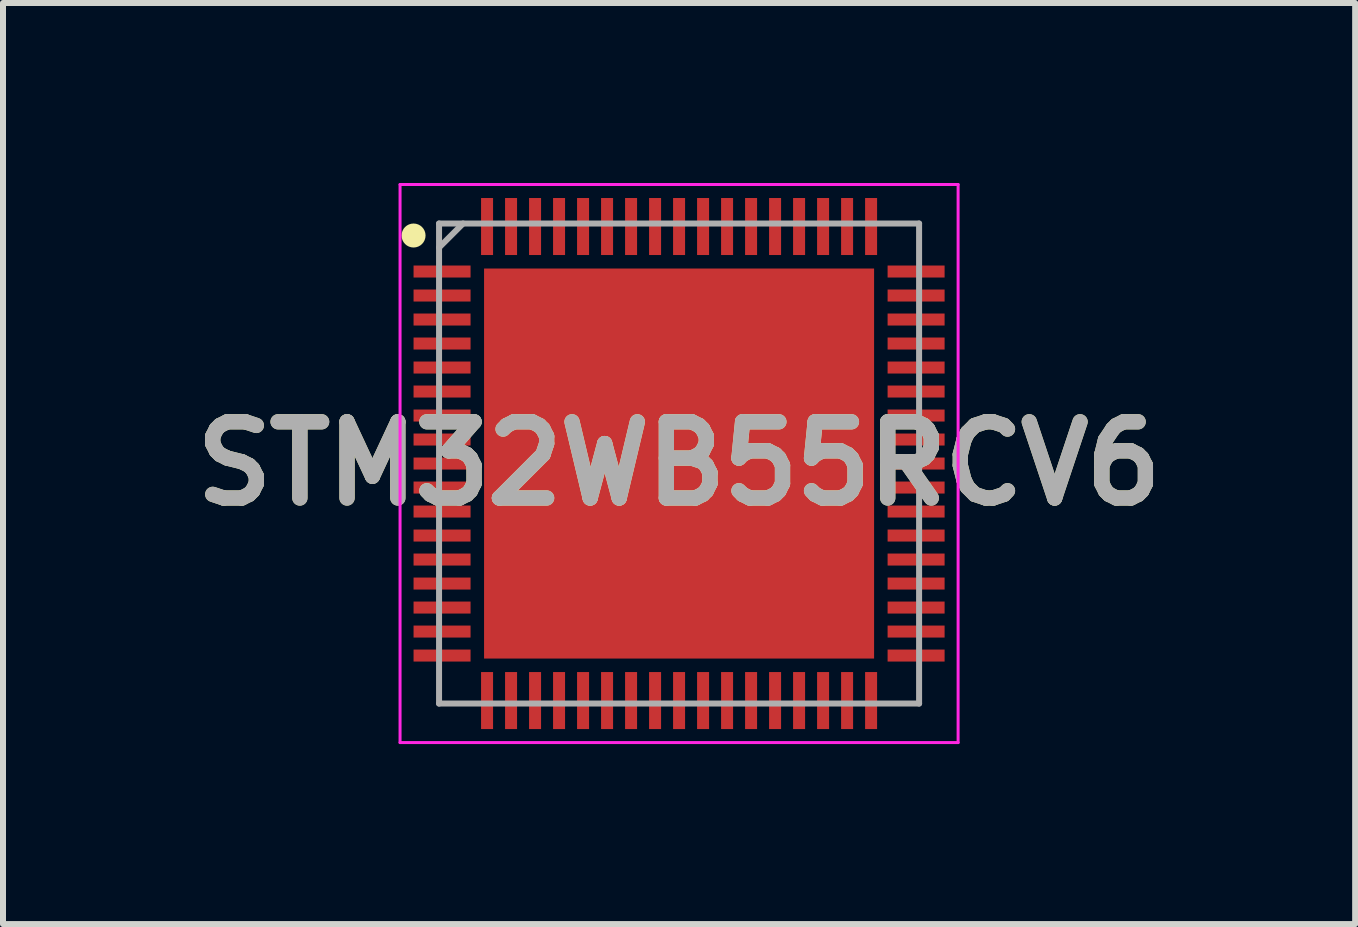
<source format=kicad_pcb>
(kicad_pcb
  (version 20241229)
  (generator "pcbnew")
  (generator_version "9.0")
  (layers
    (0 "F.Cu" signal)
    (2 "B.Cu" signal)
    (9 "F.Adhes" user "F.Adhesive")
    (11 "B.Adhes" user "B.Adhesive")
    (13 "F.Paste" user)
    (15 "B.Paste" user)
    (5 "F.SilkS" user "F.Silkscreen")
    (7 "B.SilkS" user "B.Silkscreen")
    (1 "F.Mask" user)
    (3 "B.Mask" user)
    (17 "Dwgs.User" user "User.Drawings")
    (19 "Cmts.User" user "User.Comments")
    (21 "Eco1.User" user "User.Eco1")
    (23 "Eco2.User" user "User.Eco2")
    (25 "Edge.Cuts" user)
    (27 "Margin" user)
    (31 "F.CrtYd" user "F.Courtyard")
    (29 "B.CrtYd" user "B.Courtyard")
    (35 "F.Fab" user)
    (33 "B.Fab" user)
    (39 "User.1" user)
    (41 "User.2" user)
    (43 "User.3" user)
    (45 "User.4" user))
  (footprint "STM32WB55RCV6"
    (layer "F.Cu")
    (at 8.267 4.675)
    (property "Reference" "STM32WB55RCV6" (at 0 0 0) (layer "F.SilkS") (effects (font (size 1.27 1.27) (thickness 0.254))))
    (attr smd)
    (fp_circle (center -4.425 -3.8) (end -4.425 -3.7) (stroke (width 0.2) (type solid)) (fill no) (layer "F.SilkS"))
    (fp_line (start -4.65 -4.65) (end 4.65 -4.65) (stroke (width 0.05) (type solid)) (layer "F.CrtYd"))
    (fp_line (start -4.65 4.65) (end -4.65 -4.65) (stroke (width 0.05) (type solid)) (layer "F.CrtYd"))
    (fp_line (start 4.65 -4.65) (end 4.65 4.65) (stroke (width 0.05) (type solid)) (layer "F.CrtYd"))
    (fp_line (start 4.65 4.65) (end -4.65 4.65) (stroke (width 0.05) (type solid)) (layer "F.CrtYd"))
    (fp_line (start -4 -4) (end 4 -4) (stroke (width 0.1) (type solid)) (layer "F.Fab"))
    (fp_line (start -4 -3.6) (end -3.6 -4) (stroke (width 0.1) (type solid)) (layer "F.Fab"))
    (fp_line (start -4 4) (end -4 -4) (stroke (width 0.1) (type solid)) (layer "F.Fab"))
    (fp_line (start 4 -4) (end 4 4) (stroke (width 0.1) (type solid)) (layer "F.Fab"))
    (fp_line (start 4 4) (end -4 4) (stroke (width 0.1) (type solid)) (layer "F.Fab"))
    (fp_text user "${REFERENCE}" (at 0 0 0) (layer "F.Fab") (effects (font (size 1.27 1.27) (thickness 0.254))))
    (pad "1" smd rect (at -3.95 -3.2 90) (size 0.2 0.95) (layers "F.Cu" "F.Mask" "F.Paste"))
    (pad "2" smd rect (at -3.95 -2.8 90) (size 0.2 0.95) (layers "F.Cu" "F.Mask" "F.Paste"))
    (pad "3" smd rect (at -3.95 -2.4 90) (size 0.2 0.95) (layers "F.Cu" "F.Mask" "F.Paste"))
    (pad "4" smd rect (at -3.95 -2 90) (size 0.2 0.95) (layers "F.Cu" "F.Mask" "F.Paste"))
    (pad "5" smd rect (at -3.95 -1.6 90) (size 0.2 0.95) (layers "F.Cu" "F.Mask" "F.Paste"))
    (pad "6" smd rect (at -3.95 -1.2 90) (size 0.2 0.95) (layers "F.Cu" "F.Mask" "F.Paste"))
    (pad "7" smd rect (at -3.95 -0.8 90) (size 0.2 0.95) (layers "F.Cu" "F.Mask" "F.Paste"))
    (pad "8" smd rect (at -3.95 -0.4 90) (size 0.2 0.95) (layers "F.Cu" "F.Mask" "F.Paste"))
    (pad "9" smd rect (at -3.95 0 90) (size 0.2 0.95) (layers "F.Cu" "F.Mask" "F.Paste"))
    (pad "10" smd rect (at -3.95 0.4 90) (size 0.2 0.95) (layers "F.Cu" "F.Mask" "F.Paste"))
    (pad "11" smd rect (at -3.95 0.8 90) (size 0.2 0.95) (layers "F.Cu" "F.Mask" "F.Paste"))
    (pad "12" smd rect (at -3.95 1.2 90) (size 0.2 0.95) (layers "F.Cu" "F.Mask" "F.Paste"))
    (pad "13" smd rect (at -3.95 1.6 90) (size 0.2 0.95) (layers "F.Cu" "F.Mask" "F.Paste"))
    (pad "14" smd rect (at -3.95 2 90) (size 0.2 0.95) (layers "F.Cu" "F.Mask" "F.Paste"))
    (pad "15" smd rect (at -3.95 2.4 90) (size 0.2 0.95) (layers "F.Cu" "F.Mask" "F.Paste"))
    (pad "16" smd rect (at -3.95 2.8 90) (size 0.2 0.95) (layers "F.Cu" "F.Mask" "F.Paste"))
    (pad "17" smd rect (at -3.95 3.2 90) (size 0.2 0.95) (layers "F.Cu" "F.Mask" "F.Paste"))
    (pad "18" smd rect (at -3.2 3.95) (size 0.2 0.95) (layers "F.Cu" "F.Mask" "F.Paste"))
    (pad "19" smd rect (at -2.8 3.95) (size 0.2 0.95) (layers "F.Cu" "F.Mask" "F.Paste"))
    (pad "20" smd rect (at -2.4 3.95) (size 0.2 0.95) (layers "F.Cu" "F.Mask" "F.Paste"))
    (pad "21" smd rect (at -2 3.95) (size 0.2 0.95) (layers "F.Cu" "F.Mask" "F.Paste"))
    (pad "22" smd rect (at -1.6 3.95) (size 0.2 0.95) (layers "F.Cu" "F.Mask" "F.Paste"))
    (pad "23" smd rect (at -1.2 3.95) (size 0.2 0.95) (layers "F.Cu" "F.Mask" "F.Paste"))
    (pad "24" smd rect (at -0.8 3.95) (size 0.2 0.95) (layers "F.Cu" "F.Mask" "F.Paste"))
    (pad "25" smd rect (at -0.4 3.95) (size 0.2 0.95) (layers "F.Cu" "F.Mask" "F.Paste"))
    (pad "26" smd rect (at 0 3.95) (size 0.2 0.95) (layers "F.Cu" "F.Mask" "F.Paste"))
    (pad "27" smd rect (at 0.4 3.95) (size 0.2 0.95) (layers "F.Cu" "F.Mask" "F.Paste"))
    (pad "28" smd rect (at 0.8 3.95) (size 0.2 0.95) (layers "F.Cu" "F.Mask" "F.Paste"))
    (pad "29" smd rect (at 1.2 3.95) (size 0.2 0.95) (layers "F.Cu" "F.Mask" "F.Paste"))
    (pad "30" smd rect (at 1.6 3.95) (size 0.2 0.95) (layers "F.Cu" "F.Mask" "F.Paste"))
    (pad "31" smd rect (at 2 3.95) (size 0.2 0.95) (layers "F.Cu" "F.Mask" "F.Paste"))
    (pad "32" smd rect (at 2.4 3.95) (size 0.2 0.95) (layers "F.Cu" "F.Mask" "F.Paste"))
    (pad "33" smd rect (at 2.8 3.95) (size 0.2 0.95) (layers "F.Cu" "F.Mask" "F.Paste"))
    (pad "34" smd rect (at 3.2 3.95) (size 0.2 0.95) (layers "F.Cu" "F.Mask" "F.Paste"))
    (pad "35" smd rect (at 3.95 3.2 90) (size 0.2 0.95) (layers "F.Cu" "F.Mask" "F.Paste"))
    (pad "36" smd rect (at 3.95 2.8 90) (size 0.2 0.95) (layers "F.Cu" "F.Mask" "F.Paste"))
    (pad "37" smd rect (at 3.95 2.4 90) (size 0.2 0.95) (layers "F.Cu" "F.Mask" "F.Paste"))
    (pad "38" smd rect (at 3.95 2 90) (size 0.2 0.95) (layers "F.Cu" "F.Mask" "F.Paste"))
    (pad "39" smd rect (at 3.95 1.6 90) (size 0.2 0.95) (layers "F.Cu" "F.Mask" "F.Paste"))
    (pad "40" smd rect (at 3.95 1.2 90) (size 0.2 0.95) (layers "F.Cu" "F.Mask" "F.Paste"))
    (pad "41" smd rect (at 3.95 0.8 90) (size 0.2 0.95) (layers "F.Cu" "F.Mask" "F.Paste"))
    (pad "42" smd rect (at 3.95 0.4 90) (size 0.2 0.95) (layers "F.Cu" "F.Mask" "F.Paste"))
    (pad "43" smd rect (at 3.95 0 90) (size 0.2 0.95) (layers "F.Cu" "F.Mask" "F.Paste"))
    (pad "44" smd rect (at 3.95 -0.4 90) (size 0.2 0.95) (layers "F.Cu" "F.Mask" "F.Paste"))
    (pad "45" smd rect (at 3.95 -0.8 90) (size 0.2 0.95) (layers "F.Cu" "F.Mask" "F.Paste"))
    (pad "46" smd rect (at 3.95 -1.2 90) (size 0.2 0.95) (layers "F.Cu" "F.Mask" "F.Paste"))
    (pad "47" smd rect (at 3.95 -1.6 90) (size 0.2 0.95) (layers "F.Cu" "F.Mask" "F.Paste"))
    (pad "48" smd rect (at 3.95 -2 90) (size 0.2 0.95) (layers "F.Cu" "F.Mask" "F.Paste"))
    (pad "49" smd rect (at 3.95 -2.4 90) (size 0.2 0.95) (layers "F.Cu" "F.Mask" "F.Paste"))
    (pad "50" smd rect (at 3.95 -2.8 90) (size 0.2 0.95) (layers "F.Cu" "F.Mask" "F.Paste"))
    (pad "51" smd rect (at 3.95 -3.2 90) (size 0.2 0.95) (layers "F.Cu" "F.Mask" "F.Paste"))
    (pad "52" smd rect (at 3.2 -3.95) (size 0.2 0.95) (layers "F.Cu" "F.Mask" "F.Paste"))
    (pad "53" smd rect (at 2.8 -3.95) (size 0.2 0.95) (layers "F.Cu" "F.Mask" "F.Paste"))
    (pad "54" smd rect (at 2.4 -3.95) (size 0.2 0.95) (layers "F.Cu" "F.Mask" "F.Paste"))
    (pad "55" smd rect (at 2 -3.95) (size 0.2 0.95) (layers "F.Cu" "F.Mask" "F.Paste"))
    (pad "56" smd rect (at 1.6 -3.95) (size 0.2 0.95) (layers "F.Cu" "F.Mask" "F.Paste"))
    (pad "57" smd rect (at 1.2 -3.95) (size 0.2 0.95) (layers "F.Cu" "F.Mask" "F.Paste"))
    (pad "58" smd rect (at 0.8 -3.95) (size 0.2 0.95) (layers "F.Cu" "F.Mask" "F.Paste"))
    (pad "59" smd rect (at 0.4 -3.95) (size 0.2 0.95) (layers "F.Cu" "F.Mask" "F.Paste"))
    (pad "60" smd rect (at 0 -3.95) (size 0.2 0.95) (layers "F.Cu" "F.Mask" "F.Paste"))
    (pad "61" smd rect (at -0.4 -3.95) (size 0.2 0.95) (layers "F.Cu" "F.Mask" "F.Paste"))
    (pad "62" smd rect (at -0.8 -3.95) (size 0.2 0.95) (layers "F.Cu" "F.Mask" "F.Paste"))
    (pad "63" smd rect (at -1.2 -3.95) (size 0.2 0.95) (layers "F.Cu" "F.Mask" "F.Paste"))
    (pad "64" smd rect (at -1.6 -3.95) (size 0.2 0.95) (layers "F.Cu" "F.Mask" "F.Paste"))
    (pad "65" smd rect (at -2 -3.95) (size 0.2 0.95) (layers "F.Cu" "F.Mask" "F.Paste"))
    (pad "66" smd rect (at -2.4 -3.95) (size 0.2 0.95) (layers "F.Cu" "F.Mask" "F.Paste"))
    (pad "67" smd rect (at -2.8 -3.95) (size 0.2 0.95) (layers "F.Cu" "F.Mask" "F.Paste"))
    (pad "68" smd rect (at -3.2 -3.95) (size 0.2 0.95) (layers "F.Cu" "F.Mask" "F.Paste"))
    (pad "69" smd rect (at 0 0) (size 6.5 6.5) (layers "F.Cu" "F.Mask" "F.Paste")))
  (gr_rect
    (start -3 -3)
    (end 19.534 12.35)
    (stroke (width 0.1) (type default))
    (fill no)
    (layer "Edge.Cuts")))
</source>
